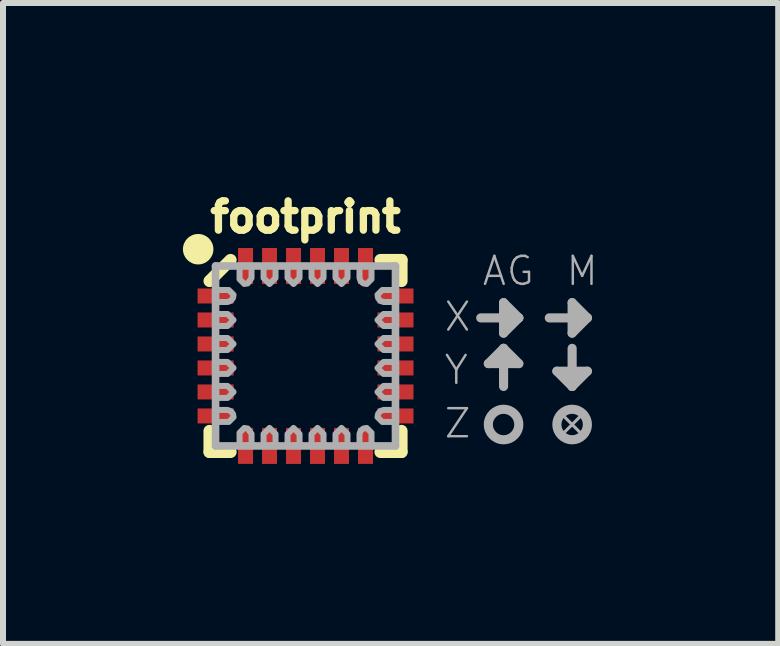
<source format=kicad_pcb>
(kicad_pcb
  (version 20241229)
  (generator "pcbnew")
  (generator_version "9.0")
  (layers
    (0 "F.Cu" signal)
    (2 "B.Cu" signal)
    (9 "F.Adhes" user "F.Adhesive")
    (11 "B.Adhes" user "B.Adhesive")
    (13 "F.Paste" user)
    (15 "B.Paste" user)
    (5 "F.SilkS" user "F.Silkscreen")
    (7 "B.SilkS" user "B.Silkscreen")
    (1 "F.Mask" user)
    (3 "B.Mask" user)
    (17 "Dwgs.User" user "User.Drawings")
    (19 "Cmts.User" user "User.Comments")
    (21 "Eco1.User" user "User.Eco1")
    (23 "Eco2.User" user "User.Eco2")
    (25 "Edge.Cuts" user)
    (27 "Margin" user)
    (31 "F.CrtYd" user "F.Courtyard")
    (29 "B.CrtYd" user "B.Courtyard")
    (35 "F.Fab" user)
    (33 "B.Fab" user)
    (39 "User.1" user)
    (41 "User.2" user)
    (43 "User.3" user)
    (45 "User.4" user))
  (footprint "footprint"
    (layer "F.Cu")
    (at 2.044 2.885)
    (property "Reference" "footprint" (at 0 -2.032 0) (layer "F.SilkS") (effects (font (size 0.488 0.488) (thickness 0.122)) (justify bottom)))
    (fp_poly (pts (xy -1.199 -1.021) (xy -1.199 -0.874) (xy -1.501 -0.874) (xy -1.501 -1.126) (xy -1.304 -1.126)) (stroke (width 0) (type solid)) (fill yes) (layer "F.Cu"))
    (fp_poly (pts (xy -1.199 1.021) (xy -1.304 1.126) (xy -1.501 1.126) (xy -1.501 0.874) (xy -1.199 0.874)) (stroke (width 0) (type solid)) (fill yes) (layer "F.Cu"))
    (fp_poly (pts (xy -0.874 -1.199) (xy -1.021 -1.199) (xy -1.126 -1.304) (xy -1.126 -1.501) (xy -0.874 -1.501)) (stroke (width 0) (type solid)) (fill yes) (layer "F.Cu"))
    (fp_poly (pts (xy -0.874 1.501) (xy -1.126 1.501) (xy -1.126 1.304) (xy -1.021 1.199) (xy -0.874 1.199)) (stroke (width 0) (type solid)) (fill yes) (layer "F.Cu"))
    (fp_poly (pts (xy 1.126 -1.304) (xy 1.021 -1.199) (xy 0.874 -1.199) (xy 0.874 -1.501) (xy 1.126 -1.501)) (stroke (width 0) (type solid)) (fill yes) (layer "F.Cu"))
    (fp_poly (pts (xy 1.126 1.304) (xy 1.126 1.501) (xy 0.874 1.501) (xy 0.874 1.199) (xy 1.021 1.199)) (stroke (width 0) (type solid)) (fill yes) (layer "F.Cu"))
    (fp_poly (pts (xy 1.501 -0.874) (xy 1.199 -0.874) (xy 1.199 -1.021) (xy 1.304 -1.126) (xy 1.501 -1.126)) (stroke (width 0) (type solid)) (fill yes) (layer "F.Cu"))
    (fp_poly (pts (xy 1.501 1.126) (xy 1.304 1.126) (xy 1.199 1.021) (xy 1.199 0.874) (xy 1.501 0.874)) (stroke (width 0) (type solid)) (fill yes) (layer "F.Cu"))
    (fp_poly (pts (xy -1.226 -1.203) (xy -1.226 -1.099) (xy -0.773 -1.099) (xy -0.773 -1.203)) (stroke (width 0) (type solid)) (fill yes) (layer "F.Mask"))
    (fp_poly (pts (xy -1.203 -0.773) (xy -1.099 -0.773) (xy -1.099 -1.226) (xy -1.203 -1.226)) (stroke (width 0) (type solid)) (fill yes) (layer "F.Mask"))
    (fp_poly (pts (xy -1.203 1.226) (xy -1.099 1.226) (xy -1.099 0.773) (xy -1.203 0.773)) (stroke (width 0) (type solid)) (fill yes) (layer "F.Mask"))
    (fp_poly (pts (xy -0.773 1.203) (xy -0.773 1.099) (xy -1.226 1.099) (xy -1.226 1.203)) (stroke (width 0) (type solid)) (fill yes) (layer "F.Mask"))
    (fp_poly (pts (xy 0.773 -1.203) (xy 0.773 -1.099) (xy 1.226 -1.099) (xy 1.226 -1.203)) (stroke (width 0) (type solid)) (fill yes) (layer "F.Mask"))
    (fp_poly (pts (xy 1.203 -1.226) (xy 1.099 -1.226) (xy 1.099 -0.773) (xy 1.203 -0.773)) (stroke (width 0) (type solid)) (fill yes) (layer "F.Mask"))
    (fp_poly (pts (xy 1.203 0.773) (xy 1.099 0.773) (xy 1.099 1.226) (xy 1.203 1.226)) (stroke (width 0) (type solid)) (fill yes) (layer "F.Mask"))
    (fp_poly (pts (xy 1.226 1.203) (xy 1.226 1.099) (xy 0.773 1.099) (xy 0.773 1.203)) (stroke (width 0) (type solid)) (fill yes) (layer "F.Mask"))
    (fp_line (start -1.6 -1.25) (end -1.25 -1.6) (stroke (width 0.203) (type solid)) (layer "F.SilkS"))
    (fp_line (start -1.6 1.25) (end -1.6 1.6) (stroke (width 0.203) (type solid)) (layer "F.SilkS"))
    (fp_line (start -1.6 1.6) (end -1.25 1.6) (stroke (width 0.203) (type solid)) (layer "F.SilkS"))
    (fp_line (start 1.25 1.6) (end 1.6 1.6) (stroke (width 0.203) (type solid)) (layer "F.SilkS"))
    (fp_line (start 1.6 -1.6) (end 1.25 -1.6) (stroke (width 0.203) (type solid)) (layer "F.SilkS"))
    (fp_line (start 1.6 -1.25) (end 1.6 -1.6) (stroke (width 0.203) (type solid)) (layer "F.SilkS"))
    (fp_line (start 1.6 1.6) (end 1.6 1.25) (stroke (width 0.203) (type solid)) (layer "F.SilkS"))
    (fp_circle (center -1.79 -1.78) (end -1.663 -1.78) (stroke (width 0.254) (type solid)) (fill yes) (layer "F.SilkS"))
    (fp_poly (pts (xy -1.725 -0.875) (xy -1.275 -0.875) (xy -1.275 -1.125) (xy -1.725 -1.125)) (stroke (width 0) (type solid)) (fill yes) (layer "F.Paste"))
    (fp_poly (pts (xy -1.725 -0.475) (xy -1.275 -0.475) (xy -1.275 -0.725) (xy -1.725 -0.725)) (stroke (width 0) (type solid)) (fill yes) (layer "F.Paste"))
    (fp_poly (pts (xy -1.725 -0.075) (xy -1.275 -0.075) (xy -1.275 -0.325) (xy -1.725 -0.325)) (stroke (width 0) (type solid)) (fill yes) (layer "F.Paste"))
    (fp_poly (pts (xy -1.725 0.325) (xy -1.275 0.325) (xy -1.275 0.075) (xy -1.725 0.075)) (stroke (width 0) (type solid)) (fill yes) (layer "F.Paste"))
    (fp_poly (pts (xy -1.725 0.725) (xy -1.275 0.725) (xy -1.275 0.475) (xy -1.725 0.475)) (stroke (width 0) (type solid)) (fill yes) (layer "F.Paste"))
    (fp_poly (pts (xy -1.725 1.125) (xy -1.275 1.125) (xy -1.275 0.875) (xy -1.725 0.875)) (stroke (width 0) (type solid)) (fill yes) (layer "F.Paste"))
    (fp_poly (pts (xy -1.125 -1.725) (xy -1.125 -1.275) (xy -0.875 -1.275) (xy -0.875 -1.725)) (stroke (width 0) (type solid)) (fill yes) (layer "F.Paste"))
    (fp_poly (pts (xy -0.875 1.725) (xy -0.875 1.275) (xy -1.125 1.275) (xy -1.125 1.725)) (stroke (width 0) (type solid)) (fill yes) (layer "F.Paste"))
    (fp_poly (pts (xy -0.725 -1.725) (xy -0.725 -1.275) (xy -0.475 -1.275) (xy -0.475 -1.725)) (stroke (width 0) (type solid)) (fill yes) (layer "F.Paste"))
    (fp_poly (pts (xy -0.475 1.725) (xy -0.475 1.275) (xy -0.725 1.275) (xy -0.725 1.725)) (stroke (width 0) (type solid)) (fill yes) (layer "F.Paste"))
    (fp_poly (pts (xy -0.325 -1.725) (xy -0.325 -1.275) (xy -0.075 -1.275) (xy -0.075 -1.725)) (stroke (width 0) (type solid)) (fill yes) (layer "F.Paste"))
    (fp_poly (pts (xy -0.075 1.725) (xy -0.075 1.275) (xy -0.325 1.275) (xy -0.325 1.725)) (stroke (width 0) (type solid)) (fill yes) (layer "F.Paste"))
    (fp_poly (pts (xy 0.075 -1.725) (xy 0.075 -1.275) (xy 0.325 -1.275) (xy 0.325 -1.725)) (stroke (width 0) (type solid)) (fill yes) (layer "F.Paste"))
    (fp_poly (pts (xy 0.325 1.725) (xy 0.325 1.275) (xy 0.075 1.275) (xy 0.075 1.725)) (stroke (width 0) (type solid)) (fill yes) (layer "F.Paste"))
    (fp_poly (pts (xy 0.475 -1.725) (xy 0.475 -1.275) (xy 0.725 -1.275) (xy 0.725 -1.725)) (stroke (width 0) (type solid)) (fill yes) (layer "F.Paste"))
    (fp_poly (pts (xy 0.725 1.725) (xy 0.725 1.275) (xy 0.475 1.275) (xy 0.475 1.725)) (stroke (width 0) (type solid)) (fill yes) (layer "F.Paste"))
    (fp_poly (pts (xy 0.875 -1.725) (xy 0.875 -1.275) (xy 1.125 -1.275) (xy 1.125 -1.725)) (stroke (width 0) (type solid)) (fill yes) (layer "F.Paste"))
    (fp_poly (pts (xy 1.125 1.725) (xy 1.125 1.275) (xy 0.875 1.275) (xy 0.875 1.725)) (stroke (width 0) (type solid)) (fill yes) (layer "F.Paste"))
    (fp_poly (pts (xy 1.725 -1.125) (xy 1.275 -1.125) (xy 1.275 -0.875) (xy 1.725 -0.875)) (stroke (width 0) (type solid)) (fill yes) (layer "F.Paste"))
    (fp_poly (pts (xy 1.725 -0.725) (xy 1.275 -0.725) (xy 1.275 -0.475) (xy 1.725 -0.475)) (stroke (width 0) (type solid)) (fill yes) (layer "F.Paste"))
    (fp_poly (pts (xy 1.725 -0.325) (xy 1.275 -0.325) (xy 1.275 -0.075) (xy 1.725 -0.075)) (stroke (width 0) (type solid)) (fill yes) (layer "F.Paste"))
    (fp_poly (pts (xy 1.725 0.075) (xy 1.275 0.075) (xy 1.275 0.325) (xy 1.725 0.325)) (stroke (width 0) (type solid)) (fill yes) (layer "F.Paste"))
    (fp_poly (pts (xy 1.725 0.475) (xy 1.275 0.475) (xy 1.275 0.725) (xy 1.725 0.725)) (stroke (width 0) (type solid)) (fill yes) (layer "F.Paste"))
    (fp_poly (pts (xy 1.725 0.875) (xy 1.275 0.875) (xy 1.275 1.125) (xy 1.725 1.125)) (stroke (width 0) (type solid)) (fill yes) (layer "F.Paste"))
    (fp_line (start -1.5 -1.5) (end -1.5 1.5) (stroke (width 0.127) (type solid)) (layer "F.Fab"))
    (fp_line (start -1.5 1.5) (end 1.5 1.5) (stroke (width 0.127) (type solid)) (layer "F.Fab"))
    (fp_line (start 1.5 -1.5) (end -1.5 -1.5) (stroke (width 0.127) (type solid)) (layer "F.Fab"))
    (fp_line (start 1.5 1.5) (end 1.5 -1.5) (stroke (width 0.127) (type solid)) (layer "F.Fab"))
    (fp_line (start 2.921 -0.635) (end 3.556 -0.635) (stroke (width 0.152) (type solid)) (layer "F.Fab"))
    (fp_line (start 3.048 0.127) (end 3.556 0.127) (stroke (width 0.152) (type solid)) (layer "F.Fab"))
    (fp_line (start 3.302 -0.889) (end 3.302 -0.381) (stroke (width 0.152) (type solid)) (layer "F.Fab"))
    (fp_line (start 3.302 -0.381) (end 3.556 -0.635) (stroke (width 0.152) (type solid)) (layer "F.Fab"))
    (fp_line (start 3.302 -0.127) (end 3.048 0.127) (stroke (width 0.152) (type solid)) (layer "F.Fab"))
    (fp_line (start 3.302 0.508) (end 3.302 -0.127) (stroke (width 0.152) (type solid)) (layer "F.Fab"))
    (fp_line (start 3.556 -0.635) (end 3.302 -0.889) (stroke (width 0.152) (type solid)) (layer "F.Fab"))
    (fp_line (start 3.556 0.127) (end 3.302 -0.127) (stroke (width 0.152) (type solid)) (layer "F.Fab"))
    (fp_line (start 4.064 -0.635) (end 4.699 -0.635) (stroke (width 0.152) (type solid)) (layer "F.Fab"))
    (fp_line (start 4.191 0.254) (end 4.445 0.508) (stroke (width 0.152) (type solid)) (layer "F.Fab"))
    (fp_line (start 4.318 1.016) (end 4.572 1.27) (stroke (width 0.051) (type solid)) (layer "F.Fab"))
    (fp_line (start 4.318 1.27) (end 4.572 1.016) (stroke (width 0.051) (type solid)) (layer "F.Fab"))
    (fp_line (start 4.445 -0.889) (end 4.445 -0.381) (stroke (width 0.152) (type solid)) (layer "F.Fab"))
    (fp_line (start 4.445 -0.381) (end 4.699 -0.635) (stroke (width 0.152) (type solid)) (layer "F.Fab"))
    (fp_line (start 4.445 -0.127) (end 4.445 0.508) (stroke (width 0.152) (type solid)) (layer "F.Fab"))
    (fp_line (start 4.445 0.508) (end 4.699 0.254) (stroke (width 0.152) (type solid)) (layer "F.Fab"))
    (fp_line (start 4.699 -0.635) (end 4.445 -0.889) (stroke (width 0.152) (type solid)) (layer "F.Fab"))
    (fp_line (start 4.699 0.254) (end 4.191 0.254) (stroke (width 0.152) (type solid)) (layer "F.Fab"))
    (fp_circle (center 3.302 1.143) (end 3.556 1.143) (stroke (width 0.152) (type solid)) (fill no) (layer "F.Fab"))
    (fp_circle (center 4.445 1.143) (end 4.699 1.143) (stroke (width 0.152) (type solid)) (fill no) (layer "F.Fab"))
    (fp_poly (pts (xy -1.2 -0.6) (xy -1.3 -0.5) (xy -1.5 -0.5) (xy -1.5 -0.7) (xy -1.3 -0.7)) (stroke (width 0.1) (type solid)) (fill no) (layer "F.Fab"))
    (fp_poly (pts (xy -1.2 -0.2) (xy -1.3 -0.1) (xy -1.5 -0.1) (xy -1.5 -0.3) (xy -1.3 -0.3)) (stroke (width 0.1) (type solid)) (fill no) (layer "F.Fab"))
    (fp_poly (pts (xy -1.2 0.2) (xy -1.3 0.3) (xy -1.5 0.3) (xy -1.5 0.1) (xy -1.3 0.1)) (stroke (width 0.1) (type solid)) (fill no) (layer "F.Fab"))
    (fp_poly (pts (xy -1.2 0.6) (xy -1.3 0.7) (xy -1.5 0.7) (xy -1.5 0.5) (xy -1.3 0.5)) (stroke (width 0.1) (type solid)) (fill no) (layer "F.Fab"))
    (fp_poly (pts (xy -0.5 -1.3) (xy -0.6 -1.2) (xy -0.7 -1.3) (xy -0.7 -1.5) (xy -0.5 -1.5)) (stroke (width 0.1) (type solid)) (fill no) (layer "F.Fab"))
    (fp_poly (pts (xy -0.5 1.3) (xy -0.5 1.5) (xy -0.7 1.5) (xy -0.7 1.3) (xy -0.6 1.2)) (stroke (width 0.1) (type solid)) (fill no) (layer "F.Fab"))
    (fp_poly (pts (xy -0.1 -1.3) (xy -0.2 -1.2) (xy -0.3 -1.3) (xy -0.3 -1.5) (xy -0.1 -1.5)) (stroke (width 0.1) (type solid)) (fill no) (layer "F.Fab"))
    (fp_poly (pts (xy -0.1 1.3) (xy -0.1 1.5) (xy -0.3 1.5) (xy -0.3 1.3) (xy -0.2 1.2)) (stroke (width 0.1) (type solid)) (fill no) (layer "F.Fab"))
    (fp_poly (pts (xy 0.3 -1.3) (xy 0.2 -1.2) (xy 0.1 -1.3) (xy 0.1 -1.5) (xy 0.3 -1.5)) (stroke (width 0.1) (type solid)) (fill no) (layer "F.Fab"))
    (fp_poly (pts (xy 0.3 1.3) (xy 0.3 1.5) (xy 0.1 1.5) (xy 0.1 1.3) (xy 0.2 1.2)) (stroke (width 0.1) (type solid)) (fill no) (layer "F.Fab"))
    (fp_poly (pts (xy 0.7 -1.3) (xy 0.6 -1.2) (xy 0.5 -1.3) (xy 0.5 -1.5) (xy 0.7 -1.5)) (stroke (width 0.1) (type solid)) (fill no) (layer "F.Fab"))
    (fp_poly (pts (xy 0.7 1.3) (xy 0.7 1.5) (xy 0.5 1.5) (xy 0.5 1.3) (xy 0.6 1.2)) (stroke (width 0.1) (type solid)) (fill no) (layer "F.Fab"))
    (fp_poly (pts (xy 1.5 -0.5) (xy 1.3 -0.5) (xy 1.2 -0.6) (xy 1.3 -0.7) (xy 1.5 -0.7)) (stroke (width 0.1) (type solid)) (fill no) (layer "F.Fab"))
    (fp_poly (pts (xy 1.5 -0.1) (xy 1.3 -0.1) (xy 1.2 -0.2) (xy 1.3 -0.3) (xy 1.5 -0.3)) (stroke (width 0.1) (type solid)) (fill no) (layer "F.Fab"))
    (fp_poly (pts (xy 1.5 0.3) (xy 1.3 0.3) (xy 1.2 0.2) (xy 1.3 0.1) (xy 1.5 0.1)) (stroke (width 0.1) (type solid)) (fill no) (layer "F.Fab"))
    (fp_poly (pts (xy 1.5 0.7) (xy 1.3 0.7) (xy 1.2 0.6) (xy 1.3 0.5) (xy 1.5 0.5)) (stroke (width 0.1) (type solid)) (fill no) (layer "F.Fab"))
    (fp_poly (pts (xy -0.964 1.21) (xy -0.9 1.3) (xy -0.9 1.5) (xy -1.1 1.5) (xy -1.1 1.28) (xy -1.02 1.2)) (stroke (width 0.1) (type solid)) (fill no) (layer "F.Fab"))
    (fp_poly (pts (xy -0.9 -1.3) (xy -0.964 -1.21) (xy -1.02 -1.2) (xy -1.1 -1.28) (xy -1.1 -1.5) (xy -0.9 -1.5)) (stroke (width 0.1) (type solid)) (fill no) (layer "F.Fab"))
    (fp_poly (pts (xy -1.246 0.92) (xy -1.21 0.964) (xy -1.2 1.02) (xy -1.28 1.1) (xy -1.5 1.1) (xy -1.5 0.9) (xy -1.3 0.9)) (stroke (width 0.1) (type solid)) (fill no) (layer "F.Fab"))
    (fp_poly (pts (xy -1.2 -1.02) (xy -1.21 -0.964) (xy -1.246 -0.92) (xy -1.3 -0.9) (xy -1.5 -0.9) (xy -1.5 -1.1) (xy -1.28 -1.1)) (stroke (width 0.1) (type solid)) (fill no) (layer "F.Fab"))
    (fp_poly (pts (xy 1.1 -1.28) (xy 1.02 -1.2) (xy 0.964 -1.21) (xy 0.92 -1.246) (xy 0.9 -1.3) (xy 0.9 -1.5) (xy 1.1 -1.5)) (stroke (width 0.1) (type solid)) (fill no) (layer "F.Fab"))
    (fp_poly (pts (xy 1.1 1.28) (xy 1.1 1.5) (xy 0.9 1.5) (xy 0.9 1.3) (xy 0.92 1.246) (xy 0.964 1.21) (xy 1.02 1.2)) (stroke (width 0.1) (type solid)) (fill no) (layer "F.Fab"))
    (fp_poly (pts (xy 1.5 -0.9) (xy 1.3 -0.9) (xy 1.246 -0.92) (xy 1.21 -0.964) (xy 1.2 -1.02) (xy 1.28 -1.1) (xy 1.5 -1.1)) (stroke (width 0.1) (type solid)) (fill no) (layer "F.Fab"))
    (fp_poly (pts (xy 1.5 1.1) (xy 1.28 1.1) (xy 1.2 1.02) (xy 1.21 0.964) (xy 1.246 0.92) (xy 1.3 0.9) (xy 1.5 0.9)) (stroke (width 0.1) (type solid)) (fill no) (layer "F.Fab"))
    (fp_text user "AG" (at 2.921 -1.143 0) (layer "F.Fab") (effects (font (size 0.467 0.467) (thickness 0.041)) (justify left bottom)))
    (fp_text user "X" (at 2.286 -0.381 0) (layer "F.Fab") (effects (font (size 0.467 0.467) (thickness 0.041)) (justify left bottom)))
    (fp_text user "Y" (at 2.286 0.508 0) (layer "F.Fab") (effects (font (size 0.467 0.467) (thickness 0.041)) (justify left bottom)))
    (fp_text user "Z" (at 2.286 1.397 0) (layer "F.Fab") (effects (font (size 0.467 0.467) (thickness 0.041)) (justify left bottom)))
    (fp_text user "M" (at 4.318 -1.143 0) (layer "F.Fab") (effects (font (size 0.467 0.467) (thickness 0.041)) (justify left bottom)))
    (pad "1" smd rect (at -1.552 -1 90) (size 0.25 0.495) (layers "F.Cu" "F.Mask"))
    (pad "2" smd rect (at -1.5 -0.6 90) (size 0.25 0.6) (layers "F.Cu" "F.Mask"))
    (pad "3" smd rect (at -1.5 -0.2 90) (size 0.25 0.6) (layers "F.Cu" "F.Mask"))
    (pad "4" smd rect (at -1.5 0.2 90) (size 0.25 0.6) (layers "F.Cu" "F.Mask"))
    (pad "5" smd rect (at -1.5 0.6 90) (size 0.25 0.6) (layers "F.Cu" "F.Mask"))
    (pad "6" smd rect (at -1.552 1 90) (size 0.25 0.495) (layers "F.Cu" "F.Mask"))
    (pad "7" smd rect (at -1 1.552 180) (size 0.25 0.495) (layers "F.Cu" "F.Mask"))
    (pad "8" smd rect (at -0.6 1.5 180) (size 0.25 0.6) (layers "F.Cu" "F.Mask"))
    (pad "9" smd rect (at -0.2 1.5 180) (size 0.25 0.6) (layers "F.Cu" "F.Mask"))
    (pad "10" smd rect (at 0.2 1.5 180) (size 0.25 0.6) (layers "F.Cu" "F.Mask"))
    (pad "11" smd rect (at 0.6 1.5 180) (size 0.25 0.6) (layers "F.Cu" "F.Mask"))
    (pad "12" smd rect (at 1 1.552 180) (size 0.25 0.495) (layers "F.Cu" "F.Mask"))
    (pad "13" smd rect (at 1.552 1 270) (size 0.25 0.495) (layers "F.Cu" "F.Mask"))
    (pad "14" smd rect (at 1.5 0.6 270) (size 0.25 0.6) (layers "F.Cu" "F.Mask"))
    (pad "15" smd rect (at 1.5 0.2 270) (size 0.25 0.6) (layers "F.Cu" "F.Mask"))
    (pad "16" smd rect (at 1.5 -0.2 270) (size 0.25 0.6) (layers "F.Cu" "F.Mask"))
    (pad "17" smd rect (at 1.5 -0.6 270) (size 0.25 0.6) (layers "F.Cu" "F.Mask"))
    (pad "18" smd rect (at 1.552 -1 270) (size 0.25 0.495) (layers "F.Cu" "F.Mask"))
    (pad "19" smd rect (at 1 -1.552) (size 0.25 0.495) (layers "F.Cu" "F.Mask"))
    (pad "20" smd rect (at 0.6 -1.5) (size 0.25 0.6) (layers "F.Cu" "F.Mask"))
    (pad "21" smd rect (at 0.2 -1.5) (size 0.25 0.6) (layers "F.Cu" "F.Mask"))
    (pad "22" smd rect (at -0.2 -1.5) (size 0.25 0.6) (layers "F.Cu" "F.Mask"))
    (pad "23" smd rect (at -0.6 -1.5) (size 0.25 0.6) (layers "F.Cu" "F.Mask"))
    (pad "24" smd rect (at -1 -1.552) (size 0.25 0.495) (layers "F.Cu" "F.Mask")))
  (gr_rect
    (start -3 -3)
    (end 9.925 7.685)
    (stroke (width 0.1) (type default))
    (fill no)
    (layer "Edge.Cuts")))
</source>
